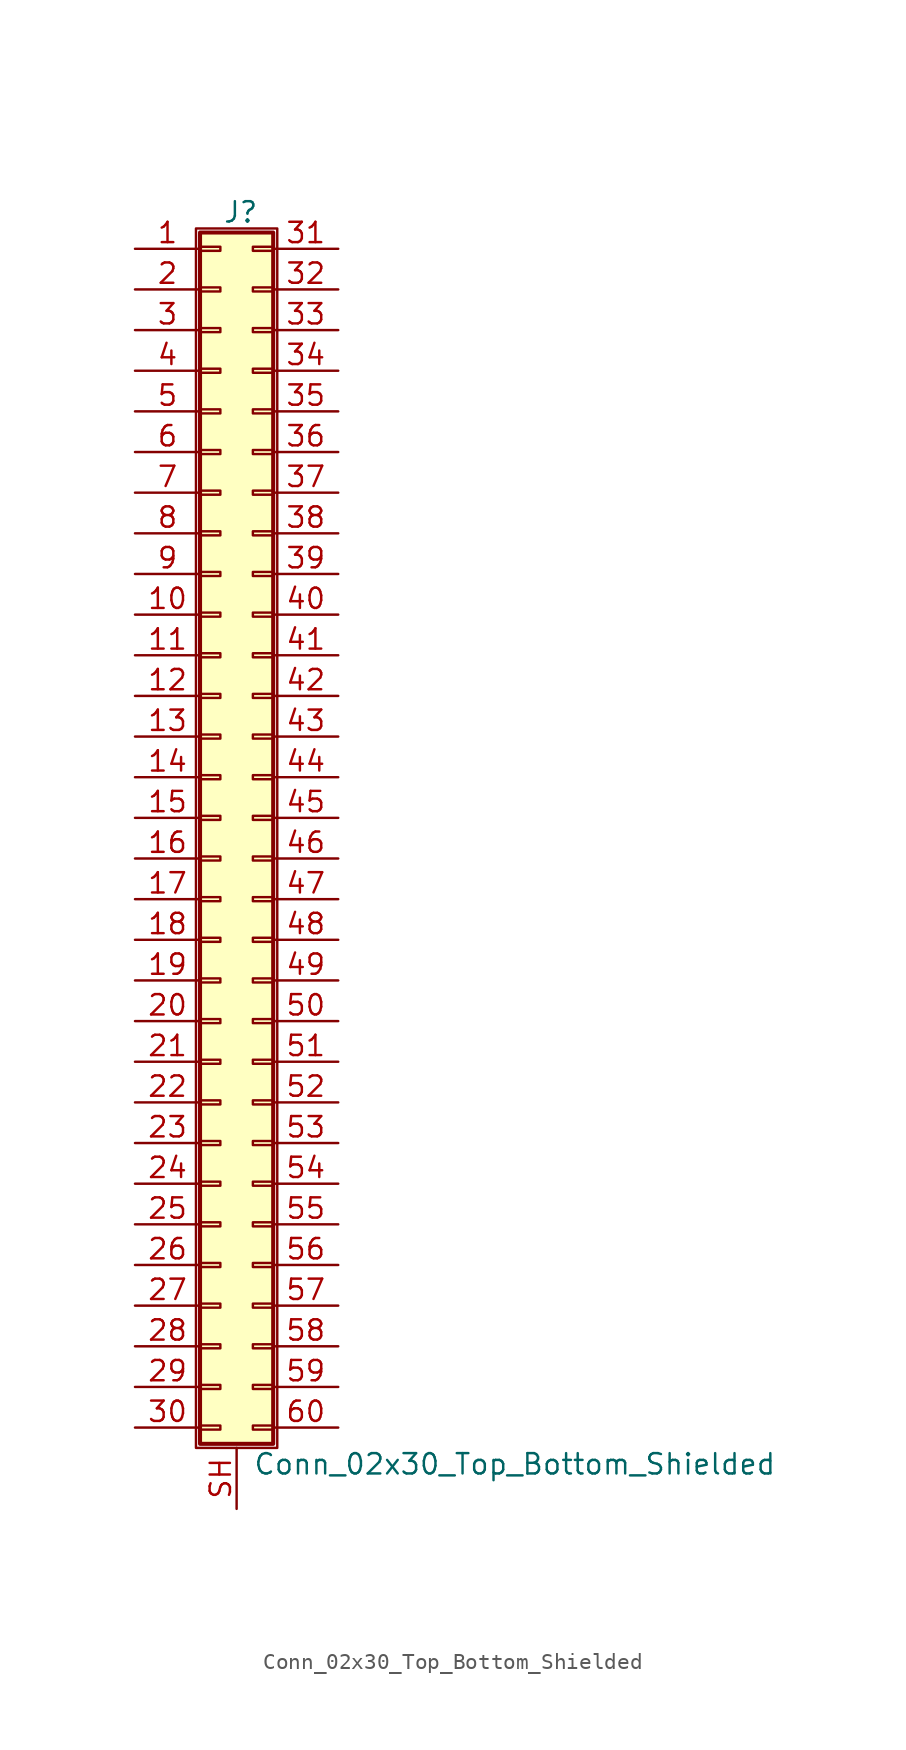
<source format=kicad_sym>
(kicad_symbol_lib
  (version 20211014)
  (generator kicad_symbol_editor)
  (symbol "Conn_02x30_Top_Bottom_Shielded"
    (pin_names
      (offset 1.016) hide)
    (property "Reference" "J"
      (at 1.524 37.846 0)
      (effects (font (size 1.27 1.27))))
    (property "Value" "Conn_02x30_Top_Bottom_Shielded"
      (at 2.286 -40.386 0)
      (effects (font (size 1.27 1.27)) (justify left)))
    (symbol "Conn_02x30_Top_Bottom_Shielded_1_1"
      (rectangle (start -1.27 36.83) (end 3.81 -39.37) (stroke (width 0.152) (type default) (color 0 0 0 0)) (fill (type none)))
      (rectangle (start -1.016 -37.973) (end 0.254 -38.227) (stroke (width 0.152) (type default) (color 0 0 0 0)) (fill (type none)))
      (rectangle (start -1.016 -35.433) (end 0.254 -35.687) (stroke (width 0.152) (type default) (color 0 0 0 0)) (fill (type none)))
      (rectangle (start -1.016 -32.893) (end 0.254 -33.147) (stroke (width 0.152) (type default) (color 0 0 0 0)) (fill (type none)))
      (rectangle (start -1.016 -30.353) (end 0.254 -30.607) (stroke (width 0.152) (type default) (color 0 0 0 0)) (fill (type none)))
      (rectangle (start -1.016 -27.813) (end 0.254 -28.067) (stroke (width 0.152) (type default) (color 0 0 0 0)) (fill (type none)))
      (rectangle (start -1.016 -25.273) (end 0.254 -25.527) (stroke (width 0.152) (type default) (color 0 0 0 0)) (fill (type none)))
      (rectangle (start -1.016 -22.733) (end 0.254 -22.987) (stroke (width 0.152) (type default) (color 0 0 0 0)) (fill (type none)))
      (rectangle (start -1.016 -20.193) (end 0.254 -20.447) (stroke (width 0.152) (type default) (color 0 0 0 0)) (fill (type none)))
      (rectangle (start -1.016 -17.653) (end 0.254 -17.907) (stroke (width 0.152) (type default) (color 0 0 0 0)) (fill (type none)))
      (rectangle (start -1.016 -15.113) (end 0.254 -15.367) (stroke (width 0.152) (type default) (color 0 0 0 0)) (fill (type none)))
      (rectangle (start -1.016 -12.573) (end 0.254 -12.827) (stroke (width 0.152) (type default) (color 0 0 0 0)) (fill (type none)))
      (rectangle (start -1.016 -10.033) (end 0.254 -10.287) (stroke (width 0.152) (type default) (color 0 0 0 0)) (fill (type none)))
      (rectangle (start -1.016 -7.493) (end 0.254 -7.747) (stroke (width 0.152) (type default) (color 0 0 0 0)) (fill (type none)))
      (rectangle (start -1.016 -4.953) (end 0.254 -5.207) (stroke (width 0.152) (type default) (color 0 0 0 0)) (fill (type none)))
      (rectangle (start -1.016 -2.413) (end 0.254 -2.667) (stroke (width 0.152) (type default) (color 0 0 0 0)) (fill (type none)))
      (rectangle (start -1.016 0.127) (end 0.254 -0.127) (stroke (width 0.152) (type default) (color 0 0 0 0)) (fill (type none)))
      (rectangle (start -1.016 2.667) (end 0.254 2.413) (stroke (width 0.152) (type default) (color 0 0 0 0)) (fill (type none)))
      (rectangle (start -1.016 5.207) (end 0.254 4.953) (stroke (width 0.152) (type default) (color 0 0 0 0)) (fill (type none)))
      (rectangle (start -1.016 7.747) (end 0.254 7.493) (stroke (width 0.152) (type default) (color 0 0 0 0)) (fill (type none)))
      (rectangle (start -1.016 10.287) (end 0.254 10.033) (stroke (width 0.152) (type default) (color 0 0 0 0)) (fill (type none)))
      (rectangle (start -1.016 12.827) (end 0.254 12.573) (stroke (width 0.152) (type default) (color 0 0 0 0)) (fill (type none)))
      (rectangle (start -1.016 15.367) (end 0.254 15.113) (stroke (width 0.152) (type default) (color 0 0 0 0)) (fill (type none)))
      (rectangle (start -1.016 17.907) (end 0.254 17.653) (stroke (width 0.152) (type default) (color 0 0 0 0)) (fill (type none)))
      (rectangle (start -1.016 20.447) (end 0.254 20.193) (stroke (width 0.152) (type default) (color 0 0 0 0)) (fill (type none)))
      (rectangle (start -1.016 22.987) (end 0.254 22.733) (stroke (width 0.152) (type default) (color 0 0 0 0)) (fill (type none)))
      (rectangle (start -1.016 25.527) (end 0.254 25.273) (stroke (width 0.152) (type default) (color 0 0 0 0)) (fill (type none)))
      (rectangle (start -1.016 28.067) (end 0.254 27.813) (stroke (width 0.152) (type default) (color 0 0 0 0)) (fill (type none)))
      (rectangle (start -1.016 30.607) (end 0.254 30.353) (stroke (width 0.152) (type default) (color 0 0 0 0)) (fill (type none)))
      (rectangle (start -1.016 33.147) (end 0.254 32.893) (stroke (width 0.152) (type default) (color 0 0 0 0)) (fill (type none)))
      (rectangle (start -1.016 35.687) (end 0.254 35.433) (stroke (width 0.152) (type default) (color 0 0 0 0)) (fill (type none)))
      (rectangle (start -1.016 36.576) (end 3.556 -39.116) (stroke (width 0.254) (type default) (color 0 0 0 0)) (fill (type background)))
      (rectangle (start 3.556 -37.973) (end 2.286 -38.227) (stroke (width 0.152) (type default) (color 0 0 0 0)) (fill (type none)))
      (rectangle (start 3.556 -35.433) (end 2.286 -35.687) (stroke (width 0.152) (type default) (color 0 0 0 0)) (fill (type none)))
      (rectangle (start 3.556 -32.893) (end 2.286 -33.147) (stroke (width 0.152) (type default) (color 0 0 0 0)) (fill (type none)))
      (rectangle (start 3.556 -30.353) (end 2.286 -30.607) (stroke (width 0.152) (type default) (color 0 0 0 0)) (fill (type none)))
      (rectangle (start 3.556 -27.813) (end 2.286 -28.067) (stroke (width 0.152) (type default) (color 0 0 0 0)) (fill (type none)))
      (rectangle (start 3.556 -25.273) (end 2.286 -25.527) (stroke (width 0.152) (type default) (color 0 0 0 0)) (fill (type none)))
      (rectangle (start 3.556 -22.733) (end 2.286 -22.987) (stroke (width 0.152) (type default) (color 0 0 0 0)) (fill (type none)))
      (rectangle (start 3.556 -20.193) (end 2.286 -20.447) (stroke (width 0.152) (type default) (color 0 0 0 0)) (fill (type none)))
      (rectangle (start 3.556 -17.653) (end 2.286 -17.907) (stroke (width 0.152) (type default) (color 0 0 0 0)) (fill (type none)))
      (rectangle (start 3.556 -15.113) (end 2.286 -15.367) (stroke (width 0.152) (type default) (color 0 0 0 0)) (fill (type none)))
      (rectangle (start 3.556 -12.573) (end 2.286 -12.827) (stroke (width 0.152) (type default) (color 0 0 0 0)) (fill (type none)))
      (rectangle (start 3.556 -10.033) (end 2.286 -10.287) (stroke (width 0.152) (type default) (color 0 0 0 0)) (fill (type none)))
      (rectangle (start 3.556 -7.493) (end 2.286 -7.747) (stroke (width 0.152) (type default) (color 0 0 0 0)) (fill (type none)))
      (rectangle (start 3.556 -4.953) (end 2.286 -5.207) (stroke (width 0.152) (type default) (color 0 0 0 0)) (fill (type none)))
      (rectangle (start 3.556 -2.413) (end 2.286 -2.667) (stroke (width 0.152) (type default) (color 0 0 0 0)) (fill (type none)))
      (rectangle (start 3.556 0.127) (end 2.286 -0.127) (stroke (width 0.152) (type default) (color 0 0 0 0)) (fill (type none)))
      (rectangle (start 3.556 2.667) (end 2.286 2.413) (stroke (width 0.152) (type default) (color 0 0 0 0)) (fill (type none)))
      (rectangle (start 3.556 5.207) (end 2.286 4.953) (stroke (width 0.152) (type default) (color 0 0 0 0)) (fill (type none)))
      (rectangle (start 3.556 7.747) (end 2.286 7.493) (stroke (width 0.152) (type default) (color 0 0 0 0)) (fill (type none)))
      (rectangle (start 3.556 10.287) (end 2.286 10.033) (stroke (width 0.152) (type default) (color 0 0 0 0)) (fill (type none)))
      (rectangle (start 3.556 12.827) (end 2.286 12.573) (stroke (width 0.152) (type default) (color 0 0 0 0)) (fill (type none)))
      (rectangle (start 3.556 15.367) (end 2.286 15.113) (stroke (width 0.152) (type default) (color 0 0 0 0)) (fill (type none)))
      (rectangle (start 3.556 17.907) (end 2.286 17.653) (stroke (width 0.152) (type default) (color 0 0 0 0)) (fill (type none)))
      (rectangle (start 3.556 20.447) (end 2.286 20.193) (stroke (width 0.152) (type default) (color 0 0 0 0)) (fill (type none)))
      (rectangle (start 3.556 22.987) (end 2.286 22.733) (stroke (width 0.152) (type default) (color 0 0 0 0)) (fill (type none)))
      (rectangle (start 3.556 25.527) (end 2.286 25.273) (stroke (width 0.152) (type default) (color 0 0 0 0)) (fill (type none)))
      (rectangle (start 3.556 28.067) (end 2.286 27.813) (stroke (width 0.152) (type default) (color 0 0 0 0)) (fill (type none)))
      (rectangle (start 3.556 30.607) (end 2.286 30.353) (stroke (width 0.152) (type default) (color 0 0 0 0)) (fill (type none)))
      (rectangle (start 3.556 33.147) (end 2.286 32.893) (stroke (width 0.152) (type default) (color 0 0 0 0)) (fill (type none)))
      (rectangle (start 3.556 35.687) (end 2.286 35.433) (stroke (width 0.152) (type default) (color 0 0 0 0)) (fill (type none)))
      (pin passive line (at -5.08 35.56 0) (length 4.064) (name "Pin_1" (effects (font (size 1.27 1.27)))) (number "1" (effects (font (size 1.27 1.27)))))
      (pin passive line (at -5.08 12.7 0) (length 4.064) (name "Pin_10" (effects (font (size 1.27 1.27)))) (number "10" (effects (font (size 1.27 1.27)))))
      (pin passive line (at -5.08 10.16 0) (length 4.064) (name "Pin_11" (effects (font (size 1.27 1.27)))) (number "11" (effects (font (size 1.27 1.27)))))
      (pin passive line (at -5.08 7.62 0) (length 4.064) (name "Pin_12" (effects (font (size 1.27 1.27)))) (number "12" (effects (font (size 1.27 1.27)))))
      (pin passive line (at -5.08 5.08 0) (length 4.064) (name "Pin_13" (effects (font (size 1.27 1.27)))) (number "13" (effects (font (size 1.27 1.27)))))
      (pin passive line (at -5.08 2.54 0) (length 4.064) (name "Pin_14" (effects (font (size 1.27 1.27)))) (number "14" (effects (font (size 1.27 1.27)))))
      (pin passive line (at -5.08 0 0) (length 4.064) (name "Pin_15" (effects (font (size 1.27 1.27)))) (number "15" (effects (font (size 1.27 1.27)))))
      (pin passive line (at -5.08 -2.54 0) (length 4.064) (name "Pin_16" (effects (font (size 1.27 1.27)))) (number "16" (effects (font (size 1.27 1.27)))))
      (pin passive line (at -5.08 -5.08 0) (length 4.064) (name "Pin_17" (effects (font (size 1.27 1.27)))) (number "17" (effects (font (size 1.27 1.27)))))
      (pin passive line (at -5.08 -7.62 0) (length 4.064) (name "Pin_18" (effects (font (size 1.27 1.27)))) (number "18" (effects (font (size 1.27 1.27)))))
      (pin passive line (at -5.08 -10.16 0) (length 4.064) (name "Pin_19" (effects (font (size 1.27 1.27)))) (number "19" (effects (font (size 1.27 1.27)))))
      (pin passive line (at -5.08 33.02 0) (length 4.064) (name "Pin_2" (effects (font (size 1.27 1.27)))) (number "2" (effects (font (size 1.27 1.27)))))
      (pin passive line (at -5.08 -12.7 0) (length 4.064) (name "Pin_20" (effects (font (size 1.27 1.27)))) (number "20" (effects (font (size 1.27 1.27)))))
      (pin passive line (at -5.08 -15.24 0) (length 4.064) (name "Pin_21" (effects (font (size 1.27 1.27)))) (number "21" (effects (font (size 1.27 1.27)))))
      (pin passive line (at -5.08 -17.78 0) (length 4.064) (name "Pin_22" (effects (font (size 1.27 1.27)))) (number "22" (effects (font (size 1.27 1.27)))))
      (pin passive line (at -5.08 -20.32 0) (length 4.064) (name "Pin_23" (effects (font (size 1.27 1.27)))) (number "23" (effects (font (size 1.27 1.27)))))
      (pin passive line (at -5.08 -22.86 0) (length 4.064) (name "Pin_24" (effects (font (size 1.27 1.27)))) (number "24" (effects (font (size 1.27 1.27)))))
      (pin passive line (at -5.08 -25.4 0) (length 4.064) (name "Pin_25" (effects (font (size 1.27 1.27)))) (number "25" (effects (font (size 1.27 1.27)))))
      (pin passive line (at -5.08 -27.94 0) (length 4.064) (name "Pin_26" (effects (font (size 1.27 1.27)))) (number "26" (effects (font (size 1.27 1.27)))))
      (pin passive line (at -5.08 -30.48 0) (length 4.064) (name "Pin_27" (effects (font (size 1.27 1.27)))) (number "27" (effects (font (size 1.27 1.27)))))
      (pin passive line (at -5.08 -33.02 0) (length 4.064) (name "Pin_28" (effects (font (size 1.27 1.27)))) (number "28" (effects (font (size 1.27 1.27)))))
      (pin passive line (at -5.08 -35.56 0) (length 4.064) (name "Pin_29" (effects (font (size 1.27 1.27)))) (number "29" (effects (font (size 1.27 1.27)))))
      (pin passive line (at -5.08 30.48 0) (length 4.064) (name "Pin_3" (effects (font (size 1.27 1.27)))) (number "3" (effects (font (size 1.27 1.27)))))
      (pin passive line (at -5.08 -38.1 0) (length 4.064) (name "Pin_30" (effects (font (size 1.27 1.27)))) (number "30" (effects (font (size 1.27 1.27)))))
      (pin passive line (at 7.62 35.56 180) (length 4.064) (name "Pin_31" (effects (font (size 1.27 1.27)))) (number "31" (effects (font (size 1.27 1.27)))))
      (pin passive line (at 7.62 33.02 180) (length 4.064) (name "Pin_32" (effects (font (size 1.27 1.27)))) (number "32" (effects (font (size 1.27 1.27)))))
      (pin passive line (at 7.62 30.48 180) (length 4.064) (name "Pin_33" (effects (font (size 1.27 1.27)))) (number "33" (effects (font (size 1.27 1.27)))))
      (pin passive line (at 7.62 27.94 180) (length 4.064) (name "Pin_34" (effects (font (size 1.27 1.27)))) (number "34" (effects (font (size 1.27 1.27)))))
      (pin passive line (at 7.62 25.4 180) (length 4.064) (name "Pin_35" (effects (font (size 1.27 1.27)))) (number "35" (effects (font (size 1.27 1.27)))))
      (pin passive line (at 7.62 22.86 180) (length 4.064) (name "Pin_36" (effects (font (size 1.27 1.27)))) (number "36" (effects (font (size 1.27 1.27)))))
      (pin passive line (at 7.62 20.32 180) (length 4.064) (name "Pin_37" (effects (font (size 1.27 1.27)))) (number "37" (effects (font (size 1.27 1.27)))))
      (pin passive line (at 7.62 17.78 180) (length 4.064) (name "Pin_38" (effects (font (size 1.27 1.27)))) (number "38" (effects (font (size 1.27 1.27)))))
      (pin passive line (at 7.62 15.24 180) (length 4.064) (name "Pin_39" (effects (font (size 1.27 1.27)))) (number "39" (effects (font (size 1.27 1.27)))))
      (pin passive line (at -5.08 27.94 0) (length 4.064) (name "Pin_4" (effects (font (size 1.27 1.27)))) (number "4" (effects (font (size 1.27 1.27)))))
      (pin passive line (at 7.62 12.7 180) (length 4.064) (name "Pin_40" (effects (font (size 1.27 1.27)))) (number "40" (effects (font (size 1.27 1.27)))))
      (pin passive line (at 7.62 10.16 180) (length 4.064) (name "Pin_41" (effects (font (size 1.27 1.27)))) (number "41" (effects (font (size 1.27 1.27)))))
      (pin passive line (at 7.62 7.62 180) (length 4.064) (name "Pin_42" (effects (font (size 1.27 1.27)))) (number "42" (effects (font (size 1.27 1.27)))))
      (pin passive line (at 7.62 5.08 180) (length 4.064) (name "Pin_43" (effects (font (size 1.27 1.27)))) (number "43" (effects (font (size 1.27 1.27)))))
      (pin passive line (at 7.62 2.54 180) (length 4.064) (name "Pin_44" (effects (font (size 1.27 1.27)))) (number "44" (effects (font (size 1.27 1.27)))))
      (pin passive line (at 7.62 0 180) (length 4.064) (name "Pin_45" (effects (font (size 1.27 1.27)))) (number "45" (effects (font (size 1.27 1.27)))))
      (pin passive line (at 7.62 -2.54 180) (length 4.064) (name "Pin_46" (effects (font (size 1.27 1.27)))) (number "46" (effects (font (size 1.27 1.27)))))
      (pin passive line (at 7.62 -5.08 180) (length 4.064) (name "Pin_47" (effects (font (size 1.27 1.27)))) (number "47" (effects (font (size 1.27 1.27)))))
      (pin passive line (at 7.62 -7.62 180) (length 4.064) (name "Pin_48" (effects (font (size 1.27 1.27)))) (number "48" (effects (font (size 1.27 1.27)))))
      (pin passive line (at 7.62 -10.16 180) (length 4.064) (name "Pin_49" (effects (font (size 1.27 1.27)))) (number "49" (effects (font (size 1.27 1.27)))))
      (pin passive line (at -5.08 25.4 0) (length 4.064) (name "Pin_5" (effects (font (size 1.27 1.27)))) (number "5" (effects (font (size 1.27 1.27)))))
      (pin passive line (at 7.62 -12.7 180) (length 4.064) (name "Pin_50" (effects (font (size 1.27 1.27)))) (number "50" (effects (font (size 1.27 1.27)))))
      (pin passive line (at 7.62 -15.24 180) (length 4.064) (name "Pin_51" (effects (font (size 1.27 1.27)))) (number "51" (effects (font (size 1.27 1.27)))))
      (pin passive line (at 7.62 -17.78 180) (length 4.064) (name "Pin_52" (effects (font (size 1.27 1.27)))) (number "52" (effects (font (size 1.27 1.27)))))
      (pin passive line (at 7.62 -20.32 180) (length 4.064) (name "Pin_53" (effects (font (size 1.27 1.27)))) (number "53" (effects (font (size 1.27 1.27)))))
      (pin passive line (at 7.62 -22.86 180) (length 4.064) (name "Pin_54" (effects (font (size 1.27 1.27)))) (number "54" (effects (font (size 1.27 1.27)))))
      (pin passive line (at 7.62 -25.4 180) (length 4.064) (name "Pin_55" (effects (font (size 1.27 1.27)))) (number "55" (effects (font (size 1.27 1.27)))))
      (pin passive line (at 7.62 -27.94 180) (length 4.064) (name "Pin_56" (effects (font (size 1.27 1.27)))) (number "56" (effects (font (size 1.27 1.27)))))
      (pin passive line (at 7.62 -30.48 180) (length 4.064) (name "Pin_57" (effects (font (size 1.27 1.27)))) (number "57" (effects (font (size 1.27 1.27)))))
      (pin passive line (at 7.62 -33.02 180) (length 4.064) (name "Pin_58" (effects (font (size 1.27 1.27)))) (number "58" (effects (font (size 1.27 1.27)))))
      (pin passive line (at 7.62 -35.56 180) (length 4.064) (name "Pin_59" (effects (font (size 1.27 1.27)))) (number "59" (effects (font (size 1.27 1.27)))))
      (pin passive line (at -5.08 22.86 0) (length 4.064) (name "Pin_6" (effects (font (size 1.27 1.27)))) (number "6" (effects (font (size 1.27 1.27)))))
      (pin passive line (at 7.62 -38.1 180) (length 4.064) (name "Pin_60" (effects (font (size 1.27 1.27)))) (number "60" (effects (font (size 1.27 1.27)))))
      (pin passive line (at -5.08 20.32 0) (length 4.064) (name "Pin_7" (effects (font (size 1.27 1.27)))) (number "7" (effects (font (size 1.27 1.27)))))
      (pin passive line (at -5.08 17.78 0) (length 4.064) (name "Pin_8" (effects (font (size 1.27 1.27)))) (number "8" (effects (font (size 1.27 1.27)))))
      (pin passive line (at -5.08 15.24 0) (length 4.064) (name "Pin_9" (effects (font (size 1.27 1.27)))) (number "9" (effects (font (size 1.27 1.27)))))
      (pin passive line (at 1.27 -43.18 90) (length 3.81) (name "Shield" (effects (font (size 1.27 1.27)))) (number "SH" (effects (font (size 1.27 1.27))))))))
</source>
